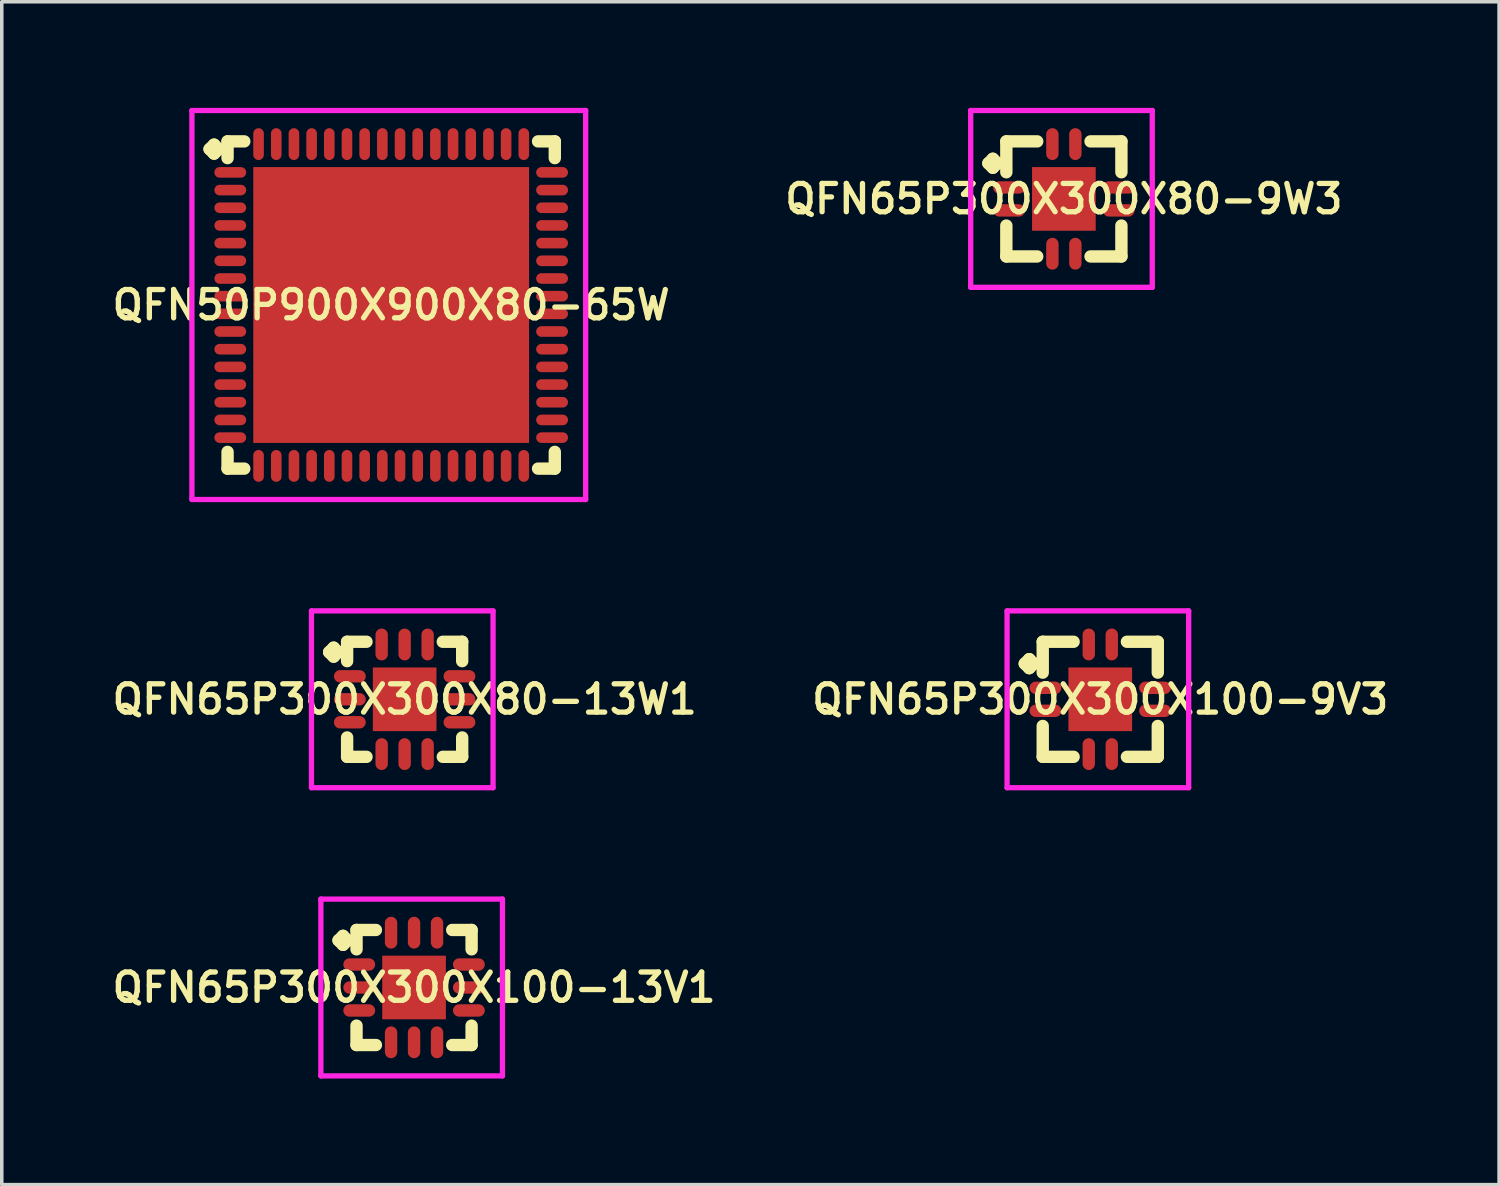
<source format=kicad_pcb>
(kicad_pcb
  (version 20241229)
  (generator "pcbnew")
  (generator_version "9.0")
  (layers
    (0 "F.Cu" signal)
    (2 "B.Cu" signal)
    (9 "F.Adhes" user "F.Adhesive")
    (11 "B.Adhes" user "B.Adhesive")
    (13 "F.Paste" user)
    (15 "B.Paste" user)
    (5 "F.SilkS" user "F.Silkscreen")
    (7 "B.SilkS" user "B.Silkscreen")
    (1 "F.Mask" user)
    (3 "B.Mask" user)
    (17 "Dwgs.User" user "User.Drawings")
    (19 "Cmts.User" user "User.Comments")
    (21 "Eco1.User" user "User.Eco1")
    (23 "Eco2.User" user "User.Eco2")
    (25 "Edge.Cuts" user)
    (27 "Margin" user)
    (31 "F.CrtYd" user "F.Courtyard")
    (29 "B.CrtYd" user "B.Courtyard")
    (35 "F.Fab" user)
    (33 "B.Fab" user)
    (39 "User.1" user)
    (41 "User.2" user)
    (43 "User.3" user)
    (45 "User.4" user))
  (footprint "QFN65P300X300X100-13V1"
    (layer "F.Cu")
    (at 8.659 24.875)
    (property "Reference" "QFN65P300X300X100-13V1" (at 0 0 0) (layer "F.SilkS") (effects (font (size 0.8 0.8) (thickness 0.15))))
    (attr smd)
    (fp_line (start -2.135 -1.333) (end -2.008 -1.46) (stroke (width 0.35) (type solid)) (layer "F.SilkS"))
    (fp_line (start -2.008 -1.46) (end -1.881 -1.333) (stroke (width 0.35) (type solid)) (layer "F.SilkS"))
    (fp_line (start -2.008 -1.206) (end -2.135 -1.333) (stroke (width 0.35) (type solid)) (layer "F.SilkS"))
    (fp_line (start -1.881 -1.333) (end -2.008 -1.206) (stroke (width 0.35) (type solid)) (layer "F.SilkS"))
    (fp_line (start -1.627 -1.627) (end -1.079 -1.627) (stroke (width 0.35) (type solid)) (layer "F.SilkS"))
    (fp_line (start -1.627 -1.079) (end -1.627 -1.627) (stroke (width 0.35) (type solid)) (layer "F.SilkS"))
    (fp_line (start -1.627 1.079) (end -1.627 1.627) (stroke (width 0.35) (type solid)) (layer "F.SilkS"))
    (fp_line (start -1.627 1.627) (end -1.079 1.627) (stroke (width 0.35) (type solid)) (layer "F.SilkS"))
    (fp_line (start 1.079 -1.627) (end 1.627 -1.627) (stroke (width 0.35) (type solid)) (layer "F.SilkS"))
    (fp_line (start 1.079 1.627) (end 1.627 1.627) (stroke (width 0.35) (type solid)) (layer "F.SilkS"))
    (fp_line (start 1.627 -1.627) (end 1.627 -1.079) (stroke (width 0.35) (type solid)) (layer "F.SilkS"))
    (fp_line (start 1.627 1.627) (end 1.627 1.079) (stroke (width 0.35) (type solid)) (layer "F.SilkS"))
    (fp_line (start -2.635 -2.5) (end 2.5 -2.5) (stroke (width 0.15) (type solid)) (layer "F.CrtYd"))
    (fp_line (start -2.635 2.5) (end -2.635 -2.5) (stroke (width 0.15) (type solid)) (layer "F.CrtYd"))
    (fp_line (start 2.5 -2.5) (end 2.5 2.5) (stroke (width 0.15) (type solid)) (layer "F.CrtYd"))
    (fp_line (start 2.5 2.5) (end -2.635 2.5) (stroke (width 0.15) (type solid)) (layer "F.CrtYd"))
    (pad "1" smd oval (at -1.55 -0.65) (size 0.9 0.35) (layers "F.Cu" "F.Mask" "F.Paste"))
    (pad "2" smd oval (at -1.55 0) (size 0.9 0.35) (layers "F.Cu" "F.Mask" "F.Paste"))
    (pad "3" smd oval (at -1.55 0.65) (size 0.9 0.35) (layers "F.Cu" "F.Mask" "F.Paste"))
    (pad "4" smd oval (at -0.65 1.55) (size 0.35 0.9) (layers "F.Cu" "F.Mask" "F.Paste"))
    (pad "5" smd oval (at 0 1.55) (size 0.35 0.9) (layers "F.Cu" "F.Mask" "F.Paste"))
    (pad "6" smd oval (at 0.65 1.55) (size 0.35 0.9) (layers "F.Cu" "F.Mask" "F.Paste"))
    (pad "7" smd oval (at 1.55 0.65) (size 0.9 0.35) (layers "F.Cu" "F.Mask" "F.Paste"))
    (pad "8" smd oval (at 1.55 0) (size 0.9 0.35) (layers "F.Cu" "F.Mask" "F.Paste"))
    (pad "9" smd oval (at 1.55 -0.65) (size 0.9 0.35) (layers "F.Cu" "F.Mask" "F.Paste"))
    (pad "10" smd oval (at 0.65 -1.55) (size 0.35 0.9) (layers "F.Cu" "F.Mask" "F.Paste"))
    (pad "11" smd oval (at 0 -1.55) (size 0.35 0.9) (layers "F.Cu" "F.Mask" "F.Paste"))
    (pad "12" smd oval (at -0.65 -1.55) (size 0.35 0.9) (layers "F.Cu" "F.Mask" "F.Paste"))
    (pad "13" smd rect (at 0 0) (size 1.8 1.8) (layers "F.Cu" "F.Mask" "F.Paste")))
  (footprint "QFN65P300X300X80-13W1"
    (layer "F.Cu")
    (at 8.393 16.725)
    (property "Reference" "QFN65P300X300X80-13W1" (at 0 0 0) (layer "F.SilkS") (effects (font (size 0.8 0.8) (thickness 0.15))))
    (attr smd)
    (fp_line (start -2.135 -1.333) (end -2.008 -1.46) (stroke (width 0.35) (type solid)) (layer "F.SilkS"))
    (fp_line (start -2.008 -1.46) (end -1.881 -1.333) (stroke (width 0.35) (type solid)) (layer "F.SilkS"))
    (fp_line (start -2.008 -1.206) (end -2.135 -1.333) (stroke (width 0.35) (type solid)) (layer "F.SilkS"))
    (fp_line (start -1.881 -1.333) (end -2.008 -1.206) (stroke (width 0.35) (type solid)) (layer "F.SilkS"))
    (fp_line (start -1.627 -1.627) (end -1.079 -1.627) (stroke (width 0.35) (type solid)) (layer "F.SilkS"))
    (fp_line (start -1.627 -1.079) (end -1.627 -1.627) (stroke (width 0.35) (type solid)) (layer "F.SilkS"))
    (fp_line (start -1.627 1.079) (end -1.627 1.627) (stroke (width 0.35) (type solid)) (layer "F.SilkS"))
    (fp_line (start -1.627 1.627) (end -1.079 1.627) (stroke (width 0.35) (type solid)) (layer "F.SilkS"))
    (fp_line (start 1.079 -1.627) (end 1.627 -1.627) (stroke (width 0.35) (type solid)) (layer "F.SilkS"))
    (fp_line (start 1.079 1.627) (end 1.627 1.627) (stroke (width 0.35) (type solid)) (layer "F.SilkS"))
    (fp_line (start 1.627 -1.627) (end 1.627 -1.079) (stroke (width 0.35) (type solid)) (layer "F.SilkS"))
    (fp_line (start 1.627 1.627) (end 1.627 1.079) (stroke (width 0.35) (type solid)) (layer "F.SilkS"))
    (fp_line (start -2.635 -2.5) (end 2.5 -2.5) (stroke (width 0.15) (type solid)) (layer "F.CrtYd"))
    (fp_line (start -2.635 2.5) (end -2.635 -2.5) (stroke (width 0.15) (type solid)) (layer "F.CrtYd"))
    (fp_line (start 2.5 -2.5) (end 2.5 2.5) (stroke (width 0.15) (type solid)) (layer "F.CrtYd"))
    (fp_line (start 2.5 2.5) (end -2.635 2.5) (stroke (width 0.15) (type solid)) (layer "F.CrtYd"))
    (pad "1" smd oval (at -1.55 -0.65) (size 0.9 0.35) (layers "F.Cu" "F.Mask" "F.Paste"))
    (pad "2" smd oval (at -1.55 0) (size 0.9 0.35) (layers "F.Cu" "F.Mask" "F.Paste"))
    (pad "3" smd oval (at -1.55 0.65) (size 0.9 0.35) (layers "F.Cu" "F.Mask" "F.Paste"))
    (pad "4" smd oval (at -0.65 1.55) (size 0.35 0.9) (layers "F.Cu" "F.Mask" "F.Paste"))
    (pad "5" smd oval (at 0 1.55) (size 0.35 0.9) (layers "F.Cu" "F.Mask" "F.Paste"))
    (pad "6" smd oval (at 0.65 1.55) (size 0.35 0.9) (layers "F.Cu" "F.Mask" "F.Paste"))
    (pad "7" smd oval (at 1.55 0.65) (size 0.9 0.35) (layers "F.Cu" "F.Mask" "F.Paste"))
    (pad "8" smd oval (at 1.55 0) (size 0.9 0.35) (layers "F.Cu" "F.Mask" "F.Paste"))
    (pad "9" smd oval (at 1.55 -0.65) (size 0.9 0.35) (layers "F.Cu" "F.Mask" "F.Paste"))
    (pad "10" smd oval (at 0.65 -1.55) (size 0.35 0.9) (layers "F.Cu" "F.Mask" "F.Paste"))
    (pad "11" smd oval (at 0 -1.55) (size 0.35 0.9) (layers "F.Cu" "F.Mask" "F.Paste"))
    (pad "12" smd oval (at -0.65 -1.55) (size 0.35 0.9) (layers "F.Cu" "F.Mask" "F.Paste"))
    (pad "13" smd rect (at 0 0) (size 1.8 1.8) (layers "F.Cu" "F.Mask" "F.Paste")))
  (footprint "QFN65P300X300X100-9V3"
    (layer "F.Cu")
    (at 28.064 16.725)
    (property "Reference" "QFN65P300X300X100-9V3" (at 0 0 0) (layer "F.SilkS") (effects (font (size 0.8 0.8) (thickness 0.15))))
    (attr through_hole)
    (fp_line (start -2.135 -1.008) (end -2.008 -1.135) (stroke (width 0.35) (type solid)) (layer "F.SilkS"))
    (fp_line (start -2.008 -1.135) (end -1.881 -1.008) (stroke (width 0.35) (type solid)) (layer "F.SilkS"))
    (fp_line (start -2.008 -0.881) (end -2.135 -1.008) (stroke (width 0.35) (type solid)) (layer "F.SilkS"))
    (fp_line (start -1.881 -1.008) (end -2.008 -0.881) (stroke (width 0.35) (type solid)) (layer "F.SilkS"))
    (fp_line (start -1.627 -1.627) (end -0.754 -1.627) (stroke (width 0.35) (type solid)) (layer "F.SilkS"))
    (fp_line (start -1.627 -0.754) (end -1.627 -1.627) (stroke (width 0.35) (type solid)) (layer "F.SilkS"))
    (fp_line (start -1.627 0.754) (end -1.627 1.627) (stroke (width 0.35) (type solid)) (layer "F.SilkS"))
    (fp_line (start -1.627 1.627) (end -0.754 1.627) (stroke (width 0.35) (type solid)) (layer "F.SilkS"))
    (fp_line (start 0.754 -1.627) (end 1.627 -1.627) (stroke (width 0.35) (type solid)) (layer "F.SilkS"))
    (fp_line (start 0.754 1.627) (end 1.627 1.627) (stroke (width 0.35) (type solid)) (layer "F.SilkS"))
    (fp_line (start 1.627 -1.627) (end 1.627 -0.754) (stroke (width 0.35) (type solid)) (layer "F.SilkS"))
    (fp_line (start 1.627 1.627) (end 1.627 0.754) (stroke (width 0.35) (type solid)) (layer "F.SilkS"))
    (fp_line (start -2.635 -2.5) (end 2.5 -2.5) (stroke (width 0.15) (type solid)) (layer "F.CrtYd"))
    (fp_line (start -2.635 2.5) (end -2.635 -2.5) (stroke (width 0.15) (type solid)) (layer "F.CrtYd"))
    (fp_line (start 2.5 -2.5) (end 2.5 2.5) (stroke (width 0.15) (type solid)) (layer "F.CrtYd"))
    (fp_line (start 2.5 2.5) (end -2.635 2.5) (stroke (width 0.15) (type solid)) (layer "F.CrtYd"))
    (pad "1" smd oval (at -1.55 -0.325) (size 0.9 0.35) (layers "F.Cu" "F.Mask" "F.Paste"))
    (pad "2" smd oval (at -1.55 0.325) (size 0.9 0.35) (layers "F.Cu" "F.Mask" "F.Paste"))
    (pad "3" smd oval (at -0.325 1.55) (size 0.35 0.9) (layers "F.Cu" "F.Mask" "F.Paste"))
    (pad "4" smd oval (at 0.325 1.55) (size 0.35 0.9) (layers "F.Cu" "F.Mask" "F.Paste"))
    (pad "5" smd oval (at 1.55 0.325) (size 0.9 0.35) (layers "F.Cu" "F.Mask" "F.Paste"))
    (pad "6" smd oval (at 1.55 -0.325) (size 0.9 0.35) (layers "F.Cu" "F.Mask" "F.Paste"))
    (pad "7" smd oval (at 0.325 -1.55) (size 0.35 0.9) (layers "F.Cu" "F.Mask" "F.Paste"))
    (pad "8" smd oval (at -0.325 -1.55) (size 0.35 0.9) (layers "F.Cu" "F.Mask" "F.Paste"))
    (pad "9" smd rect (at 0 0) (size 1.8 1.8) (layers "F.Cu" "F.Mask" "F.Paste")))
  (footprint "QFN65P300X300X80-9W3"
    (layer "F.Cu")
    (at 27.035 2.575)
    (property "Reference" "QFN65P300X300X80-9W3" (at 0 0 0) (layer "F.SilkS") (effects (font (size 0.8 0.8) (thickness 0.15))))
    (attr smd)
    (fp_line (start -2.135 -1.008) (end -2.008 -1.135) (stroke (width 0.35) (type solid)) (layer "F.SilkS"))
    (fp_line (start -2.008 -1.135) (end -1.881 -1.008) (stroke (width 0.35) (type solid)) (layer "F.SilkS"))
    (fp_line (start -2.008 -0.881) (end -2.135 -1.008) (stroke (width 0.35) (type solid)) (layer "F.SilkS"))
    (fp_line (start -1.881 -1.008) (end -2.008 -0.881) (stroke (width 0.35) (type solid)) (layer "F.SilkS"))
    (fp_line (start -1.627 -1.627) (end -0.754 -1.627) (stroke (width 0.35) (type solid)) (layer "F.SilkS"))
    (fp_line (start -1.627 -0.754) (end -1.627 -1.627) (stroke (width 0.35) (type solid)) (layer "F.SilkS"))
    (fp_line (start -1.627 0.754) (end -1.627 1.627) (stroke (width 0.35) (type solid)) (layer "F.SilkS"))
    (fp_line (start -1.627 1.627) (end -0.754 1.627) (stroke (width 0.35) (type solid)) (layer "F.SilkS"))
    (fp_line (start 0.754 -1.627) (end 1.627 -1.627) (stroke (width 0.35) (type solid)) (layer "F.SilkS"))
    (fp_line (start 0.754 1.627) (end 1.627 1.627) (stroke (width 0.35) (type solid)) (layer "F.SilkS"))
    (fp_line (start 1.627 -1.627) (end 1.627 -0.754) (stroke (width 0.35) (type solid)) (layer "F.SilkS"))
    (fp_line (start 1.627 1.627) (end 1.627 0.754) (stroke (width 0.35) (type solid)) (layer "F.SilkS"))
    (fp_line (start -2.635 -2.5) (end 2.5 -2.5) (stroke (width 0.15) (type solid)) (layer "F.CrtYd"))
    (fp_line (start -2.635 2.5) (end -2.635 -2.5) (stroke (width 0.15) (type solid)) (layer "F.CrtYd"))
    (fp_line (start 2.5 -2.5) (end 2.5 2.5) (stroke (width 0.15) (type solid)) (layer "F.CrtYd"))
    (fp_line (start 2.5 2.5) (end -2.635 2.5) (stroke (width 0.15) (type solid)) (layer "F.CrtYd"))
    (pad "1" smd oval (at -1.55 -0.325) (size 0.9 0.35) (layers "F.Cu" "F.Mask" "F.Paste"))
    (pad "2" smd oval (at -1.55 0.325) (size 0.9 0.35) (layers "F.Cu" "F.Mask" "F.Paste"))
    (pad "3" smd oval (at -0.325 1.55) (size 0.35 0.9) (layers "F.Cu" "F.Mask" "F.Paste"))
    (pad "4" smd oval (at 0.325 1.55) (size 0.35 0.9) (layers "F.Cu" "F.Mask" "F.Paste"))
    (pad "5" smd oval (at 1.55 0.325) (size 0.9 0.35) (layers "F.Cu" "F.Mask" "F.Paste"))
    (pad "6" smd oval (at 1.55 -0.325) (size 0.9 0.35) (layers "F.Cu" "F.Mask" "F.Paste"))
    (pad "7" smd oval (at 0.325 -1.55) (size 0.35 0.9) (layers "F.Cu" "F.Mask" "F.Paste"))
    (pad "8" smd oval (at -0.325 -1.55) (size 0.35 0.9) (layers "F.Cu" "F.Mask" "F.Paste"))
    (pad "9" smd rect (at 0 0) (size 1.8 1.8) (layers "F.Cu" "F.Mask" "F.Paste")))
  (footprint "QFN50P900X900X80-65W"
    (layer "F.Cu")
    (at 8.012 5.575)
    (property "Reference" "QFN50P900X900X80-65W" (at 0 0 0) (layer "F.SilkS") (effects (font (size 0.8 0.8) (thickness 0.15))))
    (attr smd)
    (fp_line (start -5.135 -4.408) (end -5.008 -4.535) (stroke (width 0.35) (type solid)) (layer "F.SilkS"))
    (fp_line (start -5.008 -4.535) (end -4.881 -4.408) (stroke (width 0.35) (type solid)) (layer "F.SilkS"))
    (fp_line (start -5.008 -4.281) (end -5.135 -4.408) (stroke (width 0.35) (type solid)) (layer "F.SilkS"))
    (fp_line (start -4.881 -4.408) (end -5.008 -4.281) (stroke (width 0.35) (type solid)) (layer "F.SilkS"))
    (fp_line (start -4.627 -4.627) (end -4.154 -4.627) (stroke (width 0.35) (type solid)) (layer "F.SilkS"))
    (fp_line (start -4.627 -4.154) (end -4.627 -4.627) (stroke (width 0.35) (type solid)) (layer "F.SilkS"))
    (fp_line (start -4.627 4.154) (end -4.627 4.627) (stroke (width 0.35) (type solid)) (layer "F.SilkS"))
    (fp_line (start -4.627 4.627) (end -4.154 4.627) (stroke (width 0.35) (type solid)) (layer "F.SilkS"))
    (fp_line (start 4.154 -4.627) (end 4.627 -4.627) (stroke (width 0.35) (type solid)) (layer "F.SilkS"))
    (fp_line (start 4.154 4.627) (end 4.627 4.627) (stroke (width 0.35) (type solid)) (layer "F.SilkS"))
    (fp_line (start 4.627 -4.627) (end 4.627 -4.154) (stroke (width 0.35) (type solid)) (layer "F.SilkS"))
    (fp_line (start 4.627 4.627) (end 4.627 4.154) (stroke (width 0.35) (type solid)) (layer "F.SilkS"))
    (fp_line (start -5.635 -5.5) (end 5.5 -5.5) (stroke (width 0.15) (type solid)) (layer "F.CrtYd"))
    (fp_line (start -5.635 5.5) (end -5.635 -5.5) (stroke (width 0.15) (type solid)) (layer "F.CrtYd"))
    (fp_line (start 5.5 -5.5) (end 5.5 5.5) (stroke (width 0.15) (type solid)) (layer "F.CrtYd"))
    (fp_line (start 5.5 5.5) (end -5.635 5.5) (stroke (width 0.15) (type solid)) (layer "F.CrtYd"))
    (pad "1" smd oval (at -4.55 -3.75) (size 0.9 0.3) (layers "F.Cu" "F.Mask" "F.Paste"))
    (pad "2" smd oval (at -4.55 -3.25) (size 0.9 0.3) (layers "F.Cu" "F.Mask" "F.Paste"))
    (pad "3" smd oval (at -4.55 -2.75) (size 0.9 0.3) (layers "F.Cu" "F.Mask" "F.Paste"))
    (pad "4" smd oval (at -4.55 -2.25) (size 0.9 0.3) (layers "F.Cu" "F.Mask" "F.Paste"))
    (pad "5" smd oval (at -4.55 -1.75) (size 0.9 0.3) (layers "F.Cu" "F.Mask" "F.Paste"))
    (pad "6" smd oval (at -4.55 -1.25) (size 0.9 0.3) (layers "F.Cu" "F.Mask" "F.Paste"))
    (pad "7" smd oval (at -4.55 -0.75) (size 0.9 0.3) (layers "F.Cu" "F.Mask" "F.Paste"))
    (pad "8" smd oval (at -4.55 -0.25) (size 0.9 0.3) (layers "F.Cu" "F.Mask" "F.Paste"))
    (pad "9" smd oval (at -4.55 0.25) (size 0.9 0.3) (layers "F.Cu" "F.Mask" "F.Paste"))
    (pad "10" smd oval (at -4.55 0.75) (size 0.9 0.3) (layers "F.Cu" "F.Mask" "F.Paste"))
    (pad "11" smd oval (at -4.55 1.25) (size 0.9 0.3) (layers "F.Cu" "F.Mask" "F.Paste"))
    (pad "12" smd oval (at -4.55 1.75) (size 0.9 0.3) (layers "F.Cu" "F.Mask" "F.Paste"))
    (pad "13" smd oval (at -4.55 2.25) (size 0.9 0.3) (layers "F.Cu" "F.Mask" "F.Paste"))
    (pad "14" smd oval (at -4.55 2.75) (size 0.9 0.3) (layers "F.Cu" "F.Mask" "F.Paste"))
    (pad "15" smd oval (at -4.55 3.25) (size 0.9 0.3) (layers "F.Cu" "F.Mask" "F.Paste"))
    (pad "16" smd oval (at -4.55 3.75) (size 0.9 0.3) (layers "F.Cu" "F.Mask" "F.Paste"))
    (pad "17" smd oval (at -3.75 4.55) (size 0.3 0.9) (layers "F.Cu" "F.Mask" "F.Paste"))
    (pad "18" smd oval (at -3.25 4.55) (size 0.3 0.9) (layers "F.Cu" "F.Mask" "F.Paste"))
    (pad "19" smd oval (at -2.75 4.55) (size 0.3 0.9) (layers "F.Cu" "F.Mask" "F.Paste"))
    (pad "20" smd oval (at -2.25 4.55) (size 0.3 0.9) (layers "F.Cu" "F.Mask" "F.Paste"))
    (pad "21" smd oval (at -1.75 4.55) (size 0.3 0.9) (layers "F.Cu" "F.Mask" "F.Paste"))
    (pad "22" smd oval (at -1.25 4.55) (size 0.3 0.9) (layers "F.Cu" "F.Mask" "F.Paste"))
    (pad "23" smd oval (at -0.75 4.55) (size 0.3 0.9) (layers "F.Cu" "F.Mask" "F.Paste"))
    (pad "24" smd oval (at -0.25 4.55) (size 0.3 0.9) (layers "F.Cu" "F.Mask" "F.Paste"))
    (pad "25" smd oval (at 0.25 4.55) (size 0.3 0.9) (layers "F.Cu" "F.Mask" "F.Paste"))
    (pad "26" smd oval (at 0.75 4.55) (size 0.3 0.9) (layers "F.Cu" "F.Mask" "F.Paste"))
    (pad "27" smd oval (at 1.25 4.55) (size 0.3 0.9) (layers "F.Cu" "F.Mask" "F.Paste"))
    (pad "28" smd oval (at 1.75 4.55) (size 0.3 0.9) (layers "F.Cu" "F.Mask" "F.Paste"))
    (pad "29" smd oval (at 2.25 4.55) (size 0.3 0.9) (layers "F.Cu" "F.Mask" "F.Paste"))
    (pad "30" smd oval (at 2.75 4.55) (size 0.3 0.9) (layers "F.Cu" "F.Mask" "F.Paste"))
    (pad "31" smd oval (at 3.25 4.55) (size 0.3 0.9) (layers "F.Cu" "F.Mask" "F.Paste"))
    (pad "32" smd oval (at 3.75 4.55) (size 0.3 0.9) (layers "F.Cu" "F.Mask" "F.Paste"))
    (pad "33" smd oval (at 4.55 3.75) (size 0.9 0.3) (layers "F.Cu" "F.Mask" "F.Paste"))
    (pad "34" smd oval (at 4.55 3.25) (size 0.9 0.3) (layers "F.Cu" "F.Mask" "F.Paste"))
    (pad "35" smd oval (at 4.55 2.75) (size 0.9 0.3) (layers "F.Cu" "F.Mask" "F.Paste"))
    (pad "36" smd oval (at 4.55 2.25) (size 0.9 0.3) (layers "F.Cu" "F.Mask" "F.Paste"))
    (pad "37" smd oval (at 4.55 1.75) (size 0.9 0.3) (layers "F.Cu" "F.Mask" "F.Paste"))
    (pad "38" smd oval (at 4.55 1.25) (size 0.9 0.3) (layers "F.Cu" "F.Mask" "F.Paste"))
    (pad "39" smd oval (at 4.55 0.75) (size 0.9 0.3) (layers "F.Cu" "F.Mask" "F.Paste"))
    (pad "40" smd oval (at 4.55 0.25) (size 0.9 0.3) (layers "F.Cu" "F.Mask" "F.Paste"))
    (pad "41" smd oval (at 4.55 -0.25) (size 0.9 0.3) (layers "F.Cu" "F.Mask" "F.Paste"))
    (pad "42" smd oval (at 4.55 -0.75) (size 0.9 0.3) (layers "F.Cu" "F.Mask" "F.Paste"))
    (pad "43" smd oval (at 4.55 -1.25) (size 0.9 0.3) (layers "F.Cu" "F.Mask" "F.Paste"))
    (pad "44" smd oval (at 4.55 -1.75) (size 0.9 0.3) (layers "F.Cu" "F.Mask" "F.Paste"))
    (pad "45" smd oval (at 4.55 -2.25) (size 0.9 0.3) (layers "F.Cu" "F.Mask" "F.Paste"))
    (pad "46" smd oval (at 4.55 -2.75) (size 0.9 0.3) (layers "F.Cu" "F.Mask" "F.Paste"))
    (pad "47" smd oval (at 4.55 -3.25) (size 0.9 0.3) (layers "F.Cu" "F.Mask" "F.Paste"))
    (pad "48" smd oval (at 4.55 -3.75) (size 0.9 0.3) (layers "F.Cu" "F.Mask" "F.Paste"))
    (pad "49" smd oval (at 3.75 -4.55) (size 0.3 0.9) (layers "F.Cu" "F.Mask" "F.Paste"))
    (pad "50" smd oval (at 3.25 -4.55) (size 0.3 0.9) (layers "F.Cu" "F.Mask" "F.Paste"))
    (pad "51" smd oval (at 2.75 -4.55) (size 0.3 0.9) (layers "F.Cu" "F.Mask" "F.Paste"))
    (pad "52" smd oval (at 2.25 -4.55) (size 0.3 0.9) (layers "F.Cu" "F.Mask" "F.Paste"))
    (pad "53" smd oval (at 1.75 -4.55) (size 0.3 0.9) (layers "F.Cu" "F.Mask" "F.Paste"))
    (pad "54" smd oval (at 1.25 -4.55) (size 0.3 0.9) (layers "F.Cu" "F.Mask" "F.Paste"))
    (pad "55" smd oval (at 0.75 -4.55) (size 0.3 0.9) (layers "F.Cu" "F.Mask" "F.Paste"))
    (pad "56" smd oval (at 0.25 -4.55) (size 0.3 0.9) (layers "F.Cu" "F.Mask" "F.Paste"))
    (pad "57" smd oval (at -0.25 -4.55) (size 0.3 0.9) (layers "F.Cu" "F.Mask" "F.Paste"))
    (pad "58" smd oval (at -0.75 -4.55) (size 0.3 0.9) (layers "F.Cu" "F.Mask" "F.Paste"))
    (pad "59" smd oval (at -1.25 -4.55) (size 0.3 0.9) (layers "F.Cu" "F.Mask" "F.Paste"))
    (pad "60" smd oval (at -1.75 -4.55) (size 0.3 0.9) (layers "F.Cu" "F.Mask" "F.Paste"))
    (pad "61" smd oval (at -2.25 -4.55) (size 0.3 0.9) (layers "F.Cu" "F.Mask" "F.Paste"))
    (pad "62" smd oval (at -2.75 -4.55) (size 0.3 0.9) (layers "F.Cu" "F.Mask" "F.Paste"))
    (pad "63" smd oval (at -3.25 -4.55) (size 0.3 0.9) (layers "F.Cu" "F.Mask" "F.Paste"))
    (pad "64" smd oval (at -3.75 -4.55) (size 0.3 0.9) (layers "F.Cu" "F.Mask" "F.Paste"))
    (pad "65" smd rect (at 0 0) (size 7.8 7.8) (layers "F.Cu" "F.Mask" "F.Paste")))
  (gr_rect
    (start -3 -3)
    (end 39.342 30.45)
    (stroke (width 0.1) (type default))
    (fill no)
    (layer "Edge.Cuts")))
</source>
